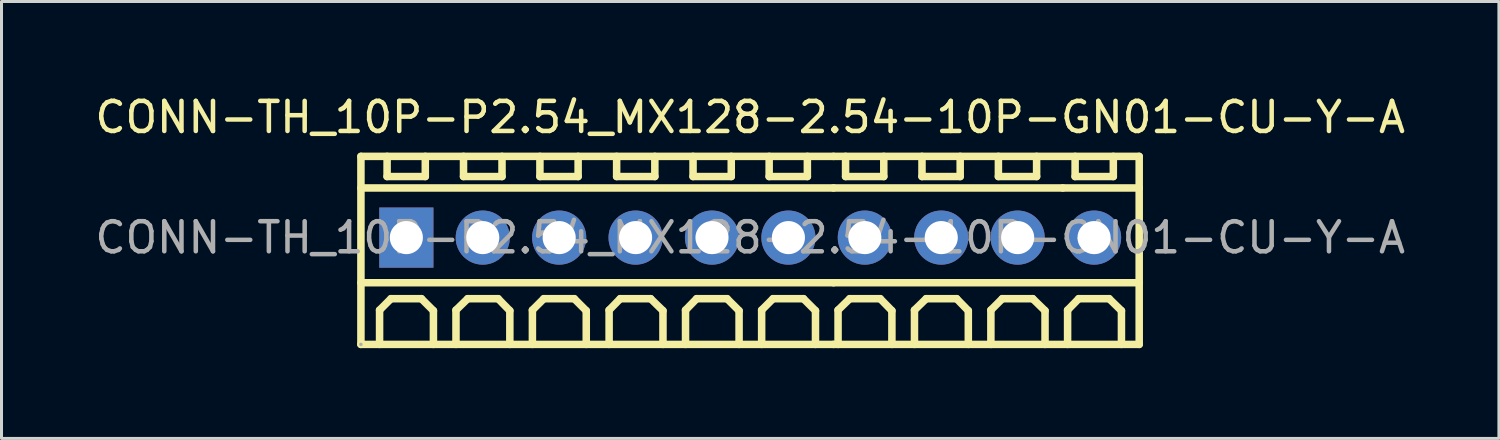
<source format=kicad_pcb>
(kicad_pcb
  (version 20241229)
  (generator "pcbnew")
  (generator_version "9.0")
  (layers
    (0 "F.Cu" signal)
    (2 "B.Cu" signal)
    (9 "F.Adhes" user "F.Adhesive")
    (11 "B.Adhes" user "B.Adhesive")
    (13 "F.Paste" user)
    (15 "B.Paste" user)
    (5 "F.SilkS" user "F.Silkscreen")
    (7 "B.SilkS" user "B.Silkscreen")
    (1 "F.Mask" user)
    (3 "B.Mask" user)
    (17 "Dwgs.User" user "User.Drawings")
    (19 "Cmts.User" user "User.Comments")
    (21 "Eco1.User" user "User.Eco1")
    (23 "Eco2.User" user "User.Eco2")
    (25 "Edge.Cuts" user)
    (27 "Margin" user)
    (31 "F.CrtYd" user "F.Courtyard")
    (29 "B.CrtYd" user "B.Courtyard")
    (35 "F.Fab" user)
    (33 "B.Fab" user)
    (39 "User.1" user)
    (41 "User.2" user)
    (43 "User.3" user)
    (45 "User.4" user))
  (footprint "CONN-TH_10P-P2.54_MX128-2.54-10P-GN01-CU-Y-A"
    (layer "F.Cu")
    (at 21.887 4.848)
    (property "Reference" "CONN-TH_10P-P2.54_MX128-2.54-10P-GN01-CU-Y-A" (at 0 -4 0) (layer "F.SilkS") (effects (font (size 1 1) (thickness 0.15))))
    (attr through_hole)
    (fp_line (start -12.94 -2.7) (end -12.94 3.55) (stroke (width 0.25) (type solid)) (layer "F.SilkS"))
    (fp_line (start -12.94 -2.7) (end 2.77 -2.7) (stroke (width 0.25) (type solid)) (layer "F.SilkS"))
    (fp_line (start -12.94 -1.65) (end 2.77 -1.65) (stroke (width 0.25) (type solid)) (layer "F.SilkS"))
    (fp_line (start -12.94 1.5) (end 2.77 1.5) (stroke (width 0.25) (type solid)) (layer "F.SilkS"))
    (fp_line (start -12.94 3.55) (end 2.77 3.55) (stroke (width 0.25) (type solid)) (layer "F.SilkS"))
    (fp_line (start -12.32 2.41) (end -11.94 2.03) (stroke (width 0.25) (type solid)) (layer "F.SilkS"))
    (fp_line (start -12.32 3.55) (end -12.32 2.41) (stroke (width 0.25) (type solid)) (layer "F.SilkS"))
    (fp_line (start -12.07 -2.7) (end -12.07 -2.03) (stroke (width 0.25) (type solid)) (layer "F.SilkS"))
    (fp_line (start -12.07 -2.03) (end -10.8 -2.03) (stroke (width 0.25) (type solid)) (layer "F.SilkS"))
    (fp_line (start -11.94 2.03) (end -10.93 2.03) (stroke (width 0.25) (type solid)) (layer "F.SilkS"))
    (fp_line (start -10.93 2.03) (end -10.53 2.43) (stroke (width 0.25) (type solid)) (layer "F.SilkS"))
    (fp_line (start -10.8 -2.03) (end -10.8 -2.7) (stroke (width 0.25) (type solid)) (layer "F.SilkS"))
    (fp_line (start -10.53 2.43) (end -10.53 3.55) (stroke (width 0.25) (type solid)) (layer "F.SilkS"))
    (fp_line (start -9.78 2.41) (end -9.39 2.03) (stroke (width 0.25) (type solid)) (layer "F.SilkS"))
    (fp_line (start -9.78 3.55) (end -9.78 2.41) (stroke (width 0.25) (type solid)) (layer "F.SilkS"))
    (fp_line (start -9.53 -2.7) (end -9.53 -2.03) (stroke (width 0.25) (type solid)) (layer "F.SilkS"))
    (fp_line (start -9.53 -2.03) (end -8.25 -2.03) (stroke (width 0.25) (type solid)) (layer "F.SilkS"))
    (fp_line (start -9.39 2.03) (end -8.38 2.03) (stroke (width 0.25) (type solid)) (layer "F.SilkS"))
    (fp_line (start -8.38 2.03) (end -7.99 2.43) (stroke (width 0.25) (type solid)) (layer "F.SilkS"))
    (fp_line (start -8.25 -2.03) (end -8.25 -2.7) (stroke (width 0.25) (type solid)) (layer "F.SilkS"))
    (fp_line (start -7.99 2.43) (end -7.99 3.55) (stroke (width 0.25) (type solid)) (layer "F.SilkS"))
    (fp_line (start -7.24 2.41) (end -6.86 2.03) (stroke (width 0.25) (type solid)) (layer "F.SilkS"))
    (fp_line (start -7.24 3.55) (end -7.24 2.41) (stroke (width 0.25) (type solid)) (layer "F.SilkS"))
    (fp_line (start -6.99 -2.7) (end -6.99 -2.03) (stroke (width 0.25) (type solid)) (layer "F.SilkS"))
    (fp_line (start -6.99 -2.03) (end -5.72 -2.03) (stroke (width 0.25) (type solid)) (layer "F.SilkS"))
    (fp_line (start -6.86 2.03) (end -5.85 2.03) (stroke (width 0.25) (type solid)) (layer "F.SilkS"))
    (fp_line (start -5.85 2.03) (end -5.45 2.43) (stroke (width 0.25) (type solid)) (layer "F.SilkS"))
    (fp_line (start -5.72 -2.03) (end -5.72 -2.7) (stroke (width 0.25) (type solid)) (layer "F.SilkS"))
    (fp_line (start -5.45 2.43) (end -5.45 3.55) (stroke (width 0.25) (type solid)) (layer "F.SilkS"))
    (fp_line (start -4.69 2.41) (end -4.32 2.03) (stroke (width 0.25) (type solid)) (layer "F.SilkS"))
    (fp_line (start -4.69 3.55) (end -4.69 2.41) (stroke (width 0.25) (type solid)) (layer "F.SilkS"))
    (fp_line (start -4.44 -2.7) (end -4.44 -2.03) (stroke (width 0.25) (type solid)) (layer "F.SilkS"))
    (fp_line (start -4.44 -2.03) (end -3.17 -2.03) (stroke (width 0.25) (type solid)) (layer "F.SilkS"))
    (fp_line (start -4.32 2.03) (end -3.31 2.03) (stroke (width 0.25) (type solid)) (layer "F.SilkS"))
    (fp_line (start -3.31 2.03) (end -2.9 2.43) (stroke (width 0.25) (type solid)) (layer "F.SilkS"))
    (fp_line (start -3.17 -2.03) (end -3.17 -2.7) (stroke (width 0.25) (type solid)) (layer "F.SilkS"))
    (fp_line (start -2.9 2.43) (end -2.9 3.55) (stroke (width 0.25) (type solid)) (layer "F.SilkS"))
    (fp_line (start -2.15 2.41) (end -1.78 2.03) (stroke (width 0.25) (type solid)) (layer "F.SilkS"))
    (fp_line (start -2.15 3.55) (end -2.15 2.41) (stroke (width 0.25) (type solid)) (layer "F.SilkS"))
    (fp_line (start -1.9 -2.7) (end -1.9 -2.03) (stroke (width 0.25) (type solid)) (layer "F.SilkS"))
    (fp_line (start -1.9 -2.03) (end -0.63 -2.03) (stroke (width 0.25) (type solid)) (layer "F.SilkS"))
    (fp_line (start -1.78 2.03) (end -0.77 2.03) (stroke (width 0.25) (type solid)) (layer "F.SilkS"))
    (fp_line (start -0.77 2.03) (end -0.37 2.43) (stroke (width 0.25) (type solid)) (layer "F.SilkS"))
    (fp_line (start -0.63 -2.03) (end -0.63 -2.7) (stroke (width 0.25) (type solid)) (layer "F.SilkS"))
    (fp_line (start -0.37 2.43) (end -0.37 3.55) (stroke (width 0.25) (type solid)) (layer "F.SilkS"))
    (fp_line (start 0.38 2.41) (end 0.76 2.03) (stroke (width 0.25) (type solid)) (layer "F.SilkS"))
    (fp_line (start 0.38 3.55) (end 0.38 2.41) (stroke (width 0.25) (type solid)) (layer "F.SilkS"))
    (fp_line (start 0.63 -2.7) (end 0.63 -2.03) (stroke (width 0.25) (type solid)) (layer "F.SilkS"))
    (fp_line (start 0.63 -2.03) (end 1.9 -2.03) (stroke (width 0.25) (type solid)) (layer "F.SilkS"))
    (fp_line (start 0.76 2.03) (end 1.77 2.03) (stroke (width 0.25) (type solid)) (layer "F.SilkS"))
    (fp_line (start 1.77 2.03) (end 2.17 2.43) (stroke (width 0.25) (type solid)) (layer "F.SilkS"))
    (fp_line (start 1.9 -2.03) (end 1.9 -2.7) (stroke (width 0.25) (type solid)) (layer "F.SilkS"))
    (fp_line (start 2.17 2.43) (end 2.17 3.55) (stroke (width 0.25) (type solid)) (layer "F.SilkS"))
    (fp_line (start 2.77 -2.7) (end 12.93 -2.7) (stroke (width 0.25) (type solid)) (layer "F.SilkS"))
    (fp_line (start 2.77 -1.65) (end 10.39 -1.65) (stroke (width 0.25) (type solid)) (layer "F.SilkS"))
    (fp_line (start 2.77 1.5) (end 12.93 1.5) (stroke (width 0.25) (type solid)) (layer "F.SilkS"))
    (fp_line (start 2.77 3.55) (end 12.93 3.55) (stroke (width 0.25) (type solid)) (layer "F.SilkS"))
    (fp_line (start 2.92 2.41) (end 3.31 2.03) (stroke (width 0.25) (type solid)) (layer "F.SilkS"))
    (fp_line (start 2.92 3.55) (end 2.92 2.41) (stroke (width 0.25) (type solid)) (layer "F.SilkS"))
    (fp_line (start 3.17 -2.7) (end 3.17 -2.03) (stroke (width 0.25) (type solid)) (layer "F.SilkS"))
    (fp_line (start 3.17 -2.03) (end 4.44 -2.03) (stroke (width 0.25) (type solid)) (layer "F.SilkS"))
    (fp_line (start 3.31 2.03) (end 4.32 2.03) (stroke (width 0.25) (type solid)) (layer "F.SilkS"))
    (fp_line (start 4.32 2.03) (end 4.71 2.43) (stroke (width 0.25) (type solid)) (layer "F.SilkS"))
    (fp_line (start 4.44 -2.03) (end 4.44 -2.7) (stroke (width 0.25) (type solid)) (layer "F.SilkS"))
    (fp_line (start 4.71 2.43) (end 4.71 3.55) (stroke (width 0.25) (type solid)) (layer "F.SilkS"))
    (fp_line (start 5.46 2.41) (end 5.85 2.03) (stroke (width 0.25) (type solid)) (layer "F.SilkS"))
    (fp_line (start 5.46 3.55) (end 5.46 2.41) (stroke (width 0.25) (type solid)) (layer "F.SilkS"))
    (fp_line (start 5.71 -2.7) (end 5.71 -2.03) (stroke (width 0.25) (type solid)) (layer "F.SilkS"))
    (fp_line (start 5.71 -2.03) (end 6.98 -2.03) (stroke (width 0.25) (type solid)) (layer "F.SilkS"))
    (fp_line (start 5.85 2.03) (end 6.86 2.03) (stroke (width 0.25) (type solid)) (layer "F.SilkS"))
    (fp_line (start 6.86 2.03) (end 7.25 2.43) (stroke (width 0.25) (type solid)) (layer "F.SilkS"))
    (fp_line (start 6.98 -2.03) (end 6.98 -2.7) (stroke (width 0.25) (type solid)) (layer "F.SilkS"))
    (fp_line (start 7.25 2.43) (end 7.25 3.55) (stroke (width 0.25) (type solid)) (layer "F.SilkS"))
    (fp_line (start 8 2.41) (end 8.38 2.03) (stroke (width 0.25) (type solid)) (layer "F.SilkS"))
    (fp_line (start 8 3.55) (end 8 2.41) (stroke (width 0.25) (type solid)) (layer "F.SilkS"))
    (fp_line (start 8.25 -2.7) (end 8.25 -2.03) (stroke (width 0.25) (type solid)) (layer "F.SilkS"))
    (fp_line (start 8.25 -2.03) (end 9.52 -2.03) (stroke (width 0.25) (type solid)) (layer "F.SilkS"))
    (fp_line (start 8.38 2.03) (end 9.39 2.03) (stroke (width 0.25) (type solid)) (layer "F.SilkS"))
    (fp_line (start 9.39 2.03) (end 9.8 2.43) (stroke (width 0.25) (type solid)) (layer "F.SilkS"))
    (fp_line (start 9.52 -2.03) (end 9.52 -2.7) (stroke (width 0.25) (type solid)) (layer "F.SilkS"))
    (fp_line (start 9.8 2.43) (end 9.8 3.55) (stroke (width 0.25) (type solid)) (layer "F.SilkS"))
    (fp_line (start 10.39 -1.65) (end 12.93 -1.65) (stroke (width 0.25) (type solid)) (layer "F.SilkS"))
    (fp_line (start 10.55 2.41) (end 10.92 2.03) (stroke (width 0.25) (type solid)) (layer "F.SilkS"))
    (fp_line (start 10.55 3.55) (end 10.55 2.41) (stroke (width 0.25) (type solid)) (layer "F.SilkS"))
    (fp_line (start 10.8 -2.7) (end 10.8 -2.03) (stroke (width 0.25) (type solid)) (layer "F.SilkS"))
    (fp_line (start 10.8 -2.03) (end 12.07 -2.03) (stroke (width 0.25) (type solid)) (layer "F.SilkS"))
    (fp_line (start 10.92 2.03) (end 11.93 2.03) (stroke (width 0.25) (type solid)) (layer "F.SilkS"))
    (fp_line (start 11.93 2.03) (end 12.34 2.43) (stroke (width 0.25) (type solid)) (layer "F.SilkS"))
    (fp_line (start 12.07 -2.03) (end 12.07 -2.7) (stroke (width 0.25) (type solid)) (layer "F.SilkS"))
    (fp_line (start 12.34 2.43) (end 12.34 3.55) (stroke (width 0.25) (type solid)) (layer "F.SilkS"))
    (fp_line (start 12.93 -2.7) (end 12.93 3.55) (stroke (width 0.25) (type solid)) (layer "F.SilkS"))
    (fp_circle (center -12.94 3.55) (end -12.91 3.55) (stroke (width 0.06) (type solid)) (fill no) (layer "F.Fab"))
    (fp_text user "${REFERENCE}" (at 0 0 0) (layer "F.Fab") (effects (font (size 1 1) (thickness 0.15))))
    (pad "1" thru_hole rect (at -11.43 0) (size 1.8 2) (drill 1.1) (layers "*.Cu" "*.Mask"))
    (pad "2" thru_hole circle (at -8.89 0) (size 1.8 1.8) (drill 1.1) (layers "*.Cu" "*.Mask"))
    (pad "3" thru_hole circle (at -6.35 0) (size 1.8 1.8) (drill 1.1) (layers "*.Cu" "*.Mask"))
    (pad "4" thru_hole circle (at -3.81 0) (size 1.8 1.8) (drill 1.1) (layers "*.Cu" "*.Mask"))
    (pad "5" thru_hole circle (at -1.27 0) (size 1.8 1.8) (drill 1.1) (layers "*.Cu" "*.Mask"))
    (pad "6" thru_hole circle (at 1.27 0) (size 1.8 1.8) (drill 1.1) (layers "*.Cu" "*.Mask"))
    (pad "7" thru_hole circle (at 3.81 0) (size 1.8 1.8) (drill 1.1) (layers "*.Cu" "*.Mask"))
    (pad "8" thru_hole circle (at 6.35 0) (size 1.8 1.8) (drill 1.1) (layers "*.Cu" "*.Mask"))
    (pad "9" thru_hole circle (at 8.89 0) (size 1.8 1.8) (drill 1.1) (layers "*.Cu" "*.Mask"))
    (pad "10" thru_hole circle (at 11.43 0) (size 1.8 1.8) (drill 1.1) (layers "*.Cu" "*.Mask")))
  (gr_rect
    (start -3 -3)
    (end 46.774 11.523)
    (stroke (width 0.1) (type default))
    (fill no)
    (layer "Edge.Cuts")))
</source>
